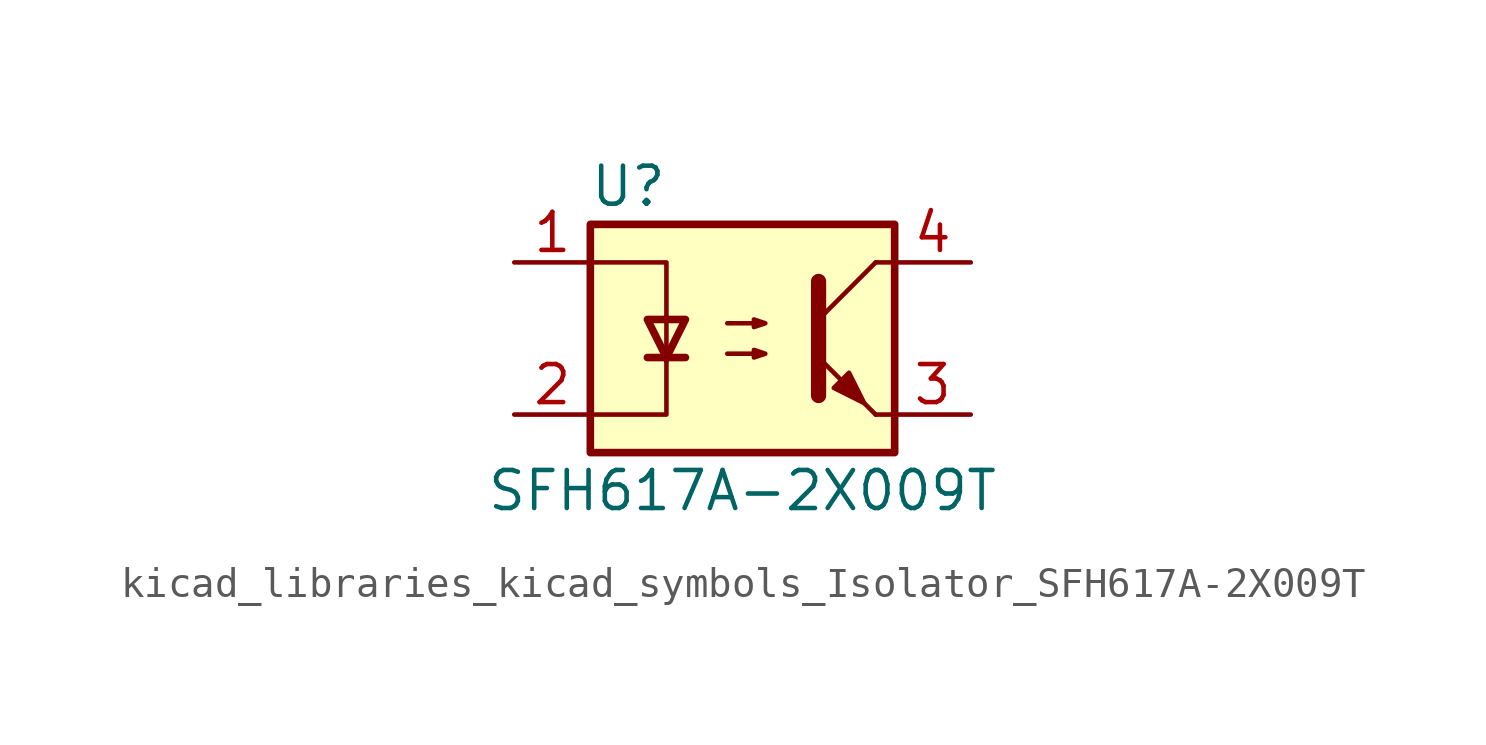
<source format=kicad_sym>
(kicad_symbol_lib
  (version 20220914)
  (generator kicad_symbol_editor)
  (symbol "kicad_libraries_kicad_symbols_Isolator_SFH617A-2X009T"
    (property "Reference" "U"
      (at -3.81 5.08 0)
      (effects (font (size 1.27 1.27))))
    (property "Value" "SFH617A-2X009T"
      (at 0 -5.08 0)
      (effects (font (size 1.27 1.27))))
    (symbol "kicad_libraries_kicad_symbols_Isolator_SFH617A-2X009T_1_1"
      (rectangle (start -5.08 3.81) (end 5.08 -3.81) (stroke (width 0.254) (type default)) (fill (type background)))
      (polyline (pts (xy -3.175 -0.635) (xy -1.905 -0.635)) (stroke (width 0.254) (type default)) (fill (type none)))
      (polyline (pts (xy 2.54 0.635) (xy 4.445 2.54)) (stroke (width 0) (type default)) (fill (type none)))
      (polyline (pts (xy 4.445 -2.54) (xy 2.54 -0.635)) (stroke (width 0) (type default)) (fill (type outline)))
      (polyline (pts (xy 4.445 -2.54) (xy 5.08 -2.54)) (stroke (width 0) (type default)) (fill (type none)))
      (polyline (pts (xy 4.445 2.54) (xy 5.08 2.54)) (stroke (width 0) (type default)) (fill (type none)))
      (polyline (pts (xy -5.08 2.54) (xy -2.54 2.54) (xy -2.54 -0.762)) (stroke (width 0) (type default)) (fill (type none)))
      (polyline (pts (xy -2.54 -0.635) (xy -2.54 -2.54) (xy -5.08 -2.54)) (stroke (width 0) (type default)) (fill (type none)))
      (polyline (pts (xy 2.54 1.905) (xy 2.54 -1.905) (xy 2.54 -1.905)) (stroke (width 0.508) (type default)) (fill (type none)))
      (polyline (pts (xy -2.54 -0.635) (xy -3.175 0.635) (xy -1.905 0.635) (xy -2.54 -0.635)) (stroke (width 0.254) (type default)) (fill (type none)))
      (polyline (pts (xy -0.508 -0.508) (xy 0.762 -0.508) (xy 0.381 -0.635) (xy 0.381 -0.381) (xy 0.762 -0.508)) (stroke (width 0) (type default)) (fill (type none)))
      (polyline (pts (xy -0.508 0.508) (xy 0.762 0.508) (xy 0.381 0.381) (xy 0.381 0.635) (xy 0.762 0.508)) (stroke (width 0) (type default)) (fill (type none)))
      (polyline (pts (xy 3.048 -1.651) (xy 3.556 -1.143) (xy 4.064 -2.159) (xy 3.048 -1.651) (xy 3.048 -1.651)) (stroke (width 0) (type default)) (fill (type outline)))
      (pin passive line (at -7.62 2.54 0) (length 2.54) (name "~" (effects (font (size 1.27 1.27)))) (number "1" (effects (font (size 1.27 1.27)))))
      (pin passive line (at -7.62 -2.54 0) (length 2.54) (name "~" (effects (font (size 1.27 1.27)))) (number "2" (effects (font (size 1.27 1.27)))))
      (pin passive line (at 7.62 -2.54 180) (length 2.54) (name "~" (effects (font (size 1.27 1.27)))) (number "3" (effects (font (size 1.27 1.27)))))
      (pin passive line (at 7.62 2.54 180) (length 2.54) (name "~" (effects (font (size 1.27 1.27)))) (number "4" (effects (font (size 1.27 1.27))))))))
</source>
